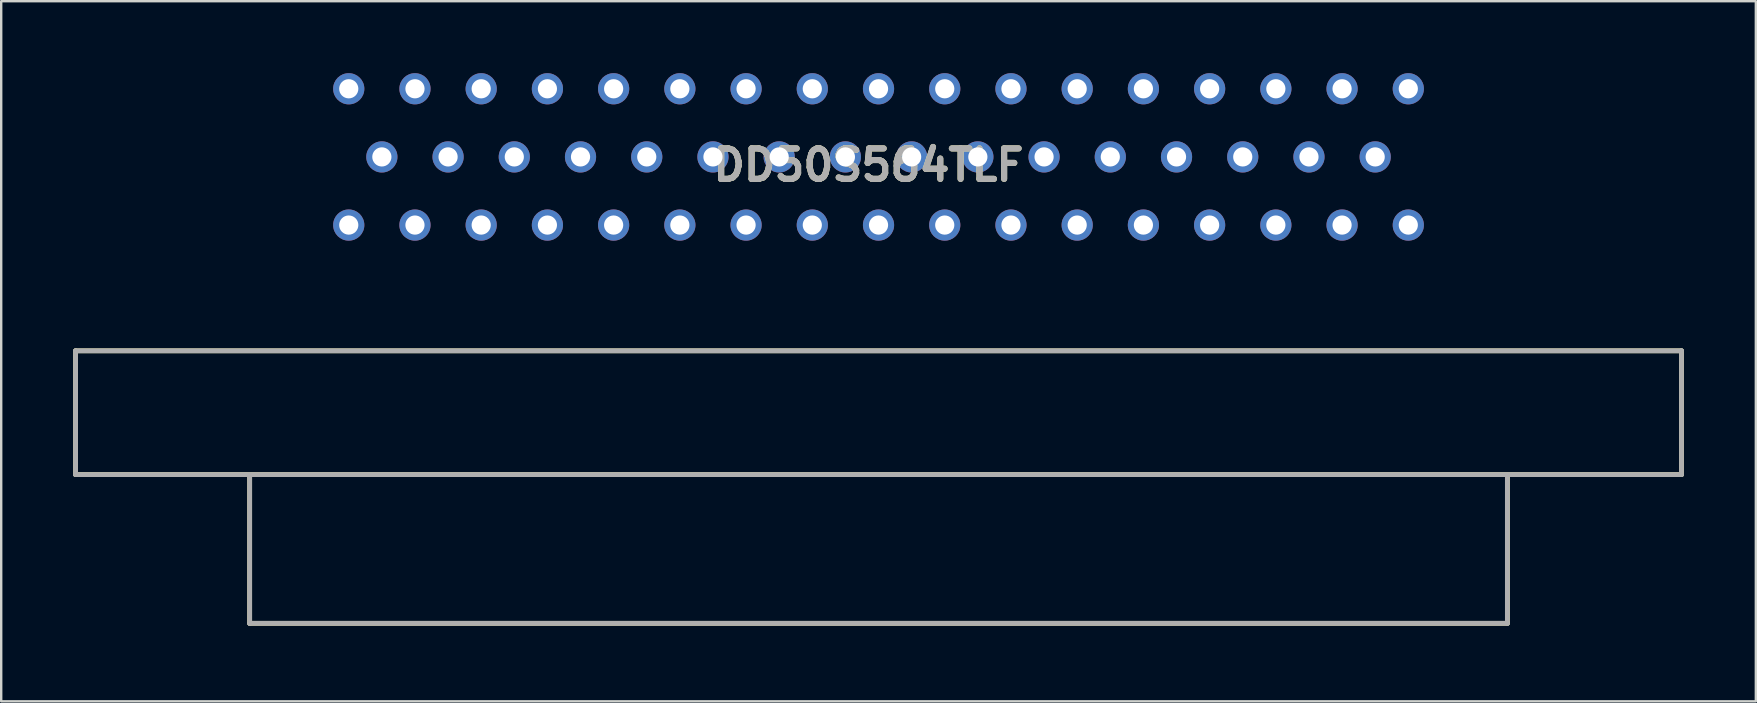
<source format=kicad_pcb>
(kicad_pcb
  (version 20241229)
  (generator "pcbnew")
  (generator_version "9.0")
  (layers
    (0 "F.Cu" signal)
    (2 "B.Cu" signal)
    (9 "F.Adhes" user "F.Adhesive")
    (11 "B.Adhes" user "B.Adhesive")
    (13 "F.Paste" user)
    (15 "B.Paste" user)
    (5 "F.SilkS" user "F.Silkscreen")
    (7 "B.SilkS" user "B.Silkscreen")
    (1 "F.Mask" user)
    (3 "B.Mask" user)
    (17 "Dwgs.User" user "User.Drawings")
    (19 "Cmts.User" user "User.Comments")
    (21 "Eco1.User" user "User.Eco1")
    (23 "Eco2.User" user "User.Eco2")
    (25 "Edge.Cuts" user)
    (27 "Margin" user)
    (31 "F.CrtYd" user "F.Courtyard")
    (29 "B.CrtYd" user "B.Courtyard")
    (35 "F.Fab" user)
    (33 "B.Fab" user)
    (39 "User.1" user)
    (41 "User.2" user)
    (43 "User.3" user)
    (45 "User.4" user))
  (footprint "DD50S564TLF"
    (layer "F.Cu")
    (at 33.565 22.93)
    (property "Reference" "DD50S564TLF" (at -0.42 -19.099 0) (layer "F.SilkS") (effects (font (size 1.27 1.27) (thickness 0.254))))
    (attr through_hole)
    (fp_line (start -33.465 -11.36) (end -33.465 -6.2) (stroke (width 0.2) (type solid)) (layer "F.SilkS"))
    (fp_line (start -33.465 -11.36) (end 33.465 -11.36) (stroke (width 0.2) (type solid)) (layer "F.SilkS"))
    (fp_line (start -26.21 0) (end -26.21 -6.173) (stroke (width 0.2) (type solid)) (layer "F.SilkS"))
    (fp_line (start 26.21 -6.173) (end 26.21 0) (stroke (width 0.2) (type solid)) (layer "F.SilkS"))
    (fp_line (start 26.21 0) (end -26.21 0) (stroke (width 0.2) (type solid)) (layer "F.SilkS"))
    (fp_line (start 33.465 -11.36) (end 33.465 -6.2) (stroke (width 0.2) (type solid)) (layer "F.SilkS"))
    (fp_line (start 33.465 -6.2) (end -33.465 -6.2) (stroke (width 0.2) (type solid)) (layer "F.SilkS"))
    (fp_line (start -33.465 -11.36) (end -33.465 -6.2) (stroke (width 0.2) (type solid)) (layer "F.Fab"))
    (fp_line (start -33.465 -6.2) (end 33.465 -6.2) (stroke (width 0.2) (type solid)) (layer "F.Fab"))
    (fp_line (start -26.21 -6.173) (end -26.21 0) (stroke (width 0.2) (type solid)) (layer "F.Fab"))
    (fp_line (start -26.21 0) (end 26.21 0) (stroke (width 0.2) (type solid)) (layer "F.Fab"))
    (fp_line (start 26.21 0) (end 26.21 -6.173) (stroke (width 0.2) (type solid)) (layer "F.Fab"))
    (fp_line (start 33.465 -11.36) (end -33.465 -11.36) (stroke (width 0.2) (type solid)) (layer "F.Fab"))
    (fp_line (start 33.465 -6.2) (end 33.465 -11.36) (stroke (width 0.2) (type solid)) (layer "F.Fab"))
    (fp_text user "${REFERENCE}" (at -0.42 -19.099 0) (layer "F.Fab") (effects (font (size 1.27 1.27) (thickness 0.254))))
    (pad "1" thru_hole circle (at -22.08 -22.28) (size 1.3 1.3) (drill 0.8) (layers "*.Cu" "*.Mask"))
    (pad "2" thru_hole circle (at -19.32 -22.28) (size 1.3 1.3) (drill 0.8) (layers "*.Cu" "*.Mask"))
    (pad "3" thru_hole circle (at -16.56 -22.28) (size 1.3 1.3) (drill 0.8) (layers "*.Cu" "*.Mask"))
    (pad "4" thru_hole circle (at -13.8 -22.28) (size 1.3 1.3) (drill 0.8) (layers "*.Cu" "*.Mask"))
    (pad "5" thru_hole circle (at -11.04 -22.28) (size 1.3 1.3) (drill 0.8) (layers "*.Cu" "*.Mask"))
    (pad "6" thru_hole circle (at -8.28 -22.28) (size 1.3 1.3) (drill 0.8) (layers "*.Cu" "*.Mask"))
    (pad "7" thru_hole circle (at -5.52 -22.28) (size 1.3 1.3) (drill 0.8) (layers "*.Cu" "*.Mask"))
    (pad "8" thru_hole circle (at -2.76 -22.28) (size 1.3 1.3) (drill 0.8) (layers "*.Cu" "*.Mask"))
    (pad "9" thru_hole circle (at 0 -22.28) (size 1.3 1.3) (drill 0.8) (layers "*.Cu" "*.Mask"))
    (pad "10" thru_hole circle (at 2.76 -22.28) (size 1.3 1.3) (drill 0.8) (layers "*.Cu" "*.Mask"))
    (pad "11" thru_hole circle (at 5.52 -22.28) (size 1.3 1.3) (drill 0.8) (layers "*.Cu" "*.Mask"))
    (pad "12" thru_hole circle (at 8.28 -22.28) (size 1.3 1.3) (drill 0.8) (layers "*.Cu" "*.Mask"))
    (pad "13" thru_hole circle (at 11.04 -22.28) (size 1.3 1.3) (drill 0.8) (layers "*.Cu" "*.Mask"))
    (pad "14" thru_hole circle (at 13.8 -22.28) (size 1.3 1.3) (drill 0.8) (layers "*.Cu" "*.Mask"))
    (pad "15" thru_hole circle (at 16.56 -22.28) (size 1.3 1.3) (drill 0.8) (layers "*.Cu" "*.Mask"))
    (pad "16" thru_hole circle (at 19.32 -22.28) (size 1.3 1.3) (drill 0.8) (layers "*.Cu" "*.Mask"))
    (pad "17" thru_hole circle (at 22.08 -22.28) (size 1.3 1.3) (drill 0.8) (layers "*.Cu" "*.Mask"))
    (pad "18" thru_hole circle (at -20.7 -19.44) (size 1.3 1.3) (drill 0.8) (layers "*.Cu" "*.Mask"))
    (pad "19" thru_hole circle (at -17.94 -19.44) (size 1.3 1.3) (drill 0.8) (layers "*.Cu" "*.Mask"))
    (pad "20" thru_hole circle (at -15.18 -19.44) (size 1.3 1.3) (drill 0.8) (layers "*.Cu" "*.Mask"))
    (pad "21" thru_hole circle (at -12.42 -19.44) (size 1.3 1.3) (drill 0.8) (layers "*.Cu" "*.Mask"))
    (pad "22" thru_hole circle (at -9.66 -19.44) (size 1.3 1.3) (drill 0.8) (layers "*.Cu" "*.Mask"))
    (pad "23" thru_hole circle (at -6.9 -19.44) (size 1.3 1.3) (drill 0.8) (layers "*.Cu" "*.Mask"))
    (pad "24" thru_hole circle (at -4.14 -19.44) (size 1.3 1.3) (drill 0.8) (layers "*.Cu" "*.Mask"))
    (pad "25" thru_hole circle (at -1.38 -19.44) (size 1.3 1.3) (drill 0.8) (layers "*.Cu" "*.Mask"))
    (pad "26" thru_hole circle (at 1.38 -19.44) (size 1.3 1.3) (drill 0.8) (layers "*.Cu" "*.Mask"))
    (pad "27" thru_hole circle (at 4.14 -19.44) (size 1.3 1.3) (drill 0.8) (layers "*.Cu" "*.Mask"))
    (pad "28" thru_hole circle (at 6.9 -19.44) (size 1.3 1.3) (drill 0.8) (layers "*.Cu" "*.Mask"))
    (pad "29" thru_hole circle (at 9.66 -19.44) (size 1.3 1.3) (drill 0.8) (layers "*.Cu" "*.Mask"))
    (pad "30" thru_hole circle (at 12.42 -19.44) (size 1.3 1.3) (drill 0.8) (layers "*.Cu" "*.Mask"))
    (pad "31" thru_hole circle (at 15.18 -19.44) (size 1.3 1.3) (drill 0.8) (layers "*.Cu" "*.Mask"))
    (pad "32" thru_hole circle (at 17.94 -19.44) (size 1.3 1.3) (drill 0.8) (layers "*.Cu" "*.Mask"))
    (pad "33" thru_hole circle (at 20.7 -19.44) (size 1.3 1.3) (drill 0.8) (layers "*.Cu" "*.Mask"))
    (pad "34" thru_hole circle (at -22.08 -16.6) (size 1.3 1.3) (drill 0.8) (layers "*.Cu" "*.Mask"))
    (pad "35" thru_hole circle (at -19.32 -16.6) (size 1.3 1.3) (drill 0.8) (layers "*.Cu" "*.Mask"))
    (pad "36" thru_hole circle (at -16.56 -16.6) (size 1.3 1.3) (drill 0.8) (layers "*.Cu" "*.Mask"))
    (pad "37" thru_hole circle (at -13.8 -16.6) (size 1.3 1.3) (drill 0.8) (layers "*.Cu" "*.Mask"))
    (pad "38" thru_hole circle (at -11.04 -16.6) (size 1.3 1.3) (drill 0.8) (layers "*.Cu" "*.Mask"))
    (pad "39" thru_hole circle (at -8.28 -16.6) (size 1.3 1.3) (drill 0.8) (layers "*.Cu" "*.Mask"))
    (pad "40" thru_hole circle (at -5.52 -16.6) (size 1.3 1.3) (drill 0.8) (layers "*.Cu" "*.Mask"))
    (pad "41" thru_hole circle (at -2.76 -16.6) (size 1.3 1.3) (drill 0.8) (layers "*.Cu" "*.Mask"))
    (pad "42" thru_hole circle (at 0 -16.6) (size 1.3 1.3) (drill 0.8) (layers "*.Cu" "*.Mask"))
    (pad "43" thru_hole circle (at 2.76 -16.6) (size 1.3 1.3) (drill 0.8) (layers "*.Cu" "*.Mask"))
    (pad "44" thru_hole circle (at 5.52 -16.6) (size 1.3 1.3) (drill 0.8) (layers "*.Cu" "*.Mask"))
    (pad "45" thru_hole circle (at 8.28 -16.6) (size 1.3 1.3) (drill 0.8) (layers "*.Cu" "*.Mask"))
    (pad "46" thru_hole circle (at 11.04 -16.6) (size 1.3 1.3) (drill 0.8) (layers "*.Cu" "*.Mask"))
    (pad "47" thru_hole circle (at 13.8 -16.6) (size 1.3 1.3) (drill 0.8) (layers "*.Cu" "*.Mask"))
    (pad "48" thru_hole circle (at 16.56 -16.6) (size 1.3 1.3) (drill 0.8) (layers "*.Cu" "*.Mask"))
    (pad "49" thru_hole circle (at 19.32 -16.6) (size 1.3 1.3) (drill 0.8) (layers "*.Cu" "*.Mask"))
    (pad "50" thru_hole circle (at 22.08 -16.6) (size 1.3 1.3) (drill 0.8) (layers "*.Cu" "*.Mask")))
  (gr_rect
    (start -3 -3)
    (end 70.13 26.18)
    (stroke (width 0.1) (type default))
    (fill no)
    (layer "Edge.Cuts")))
</source>
